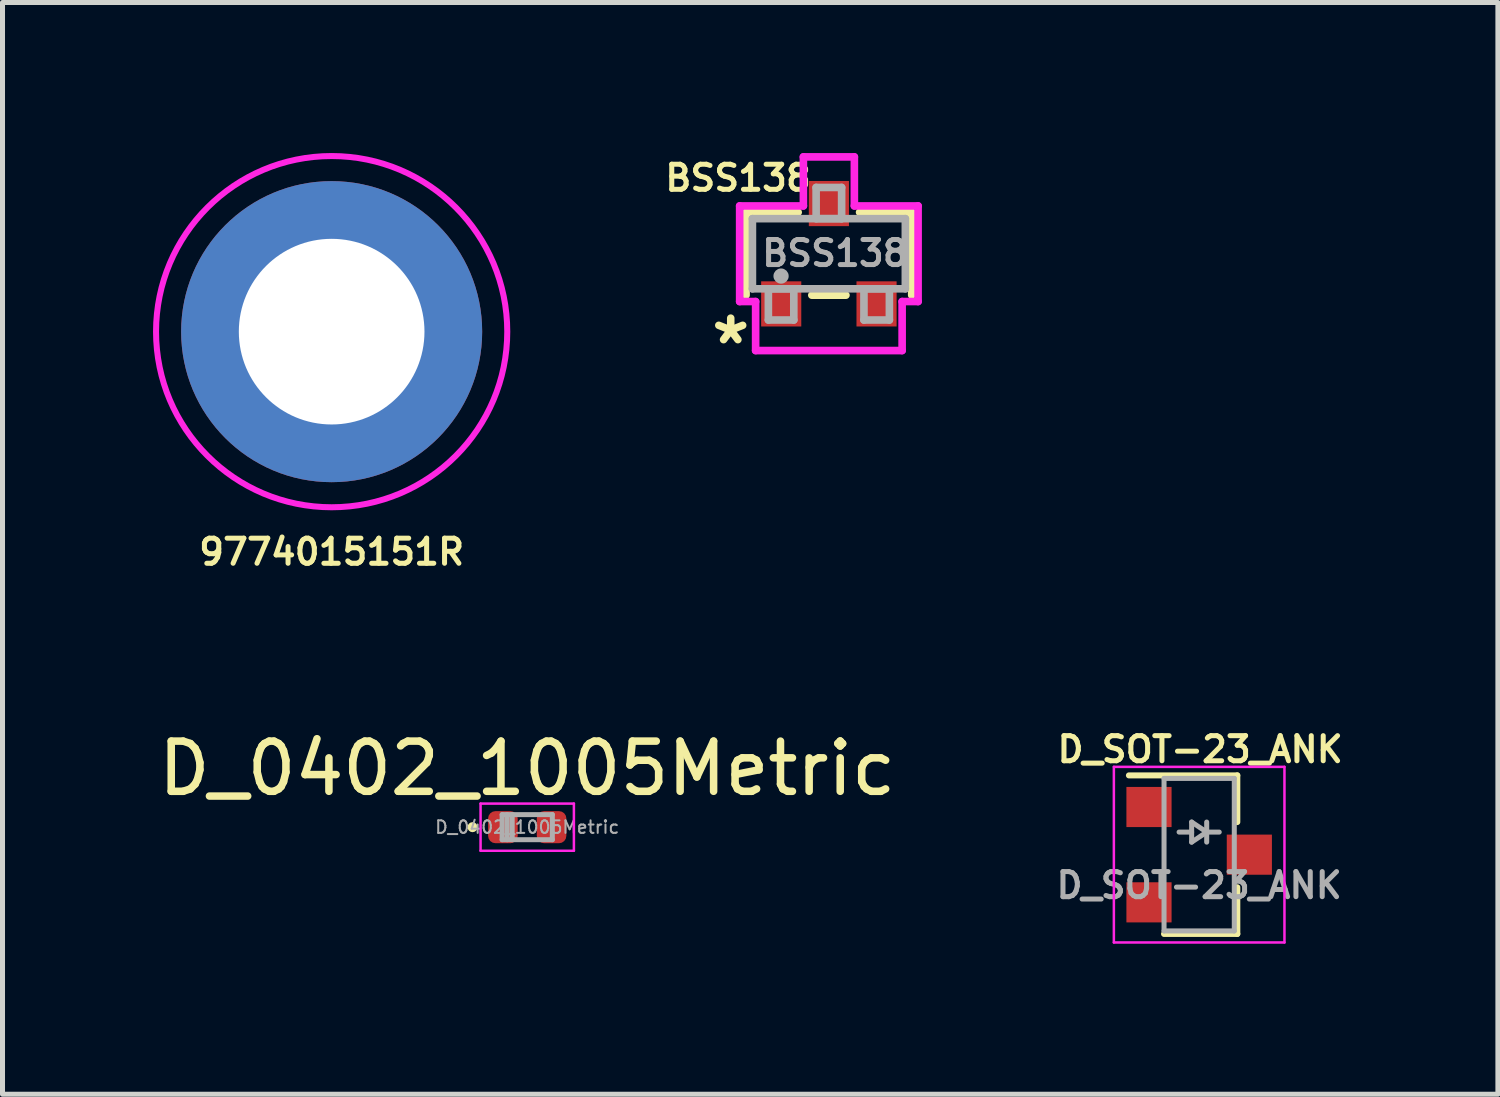
<source format=kicad_pcb>
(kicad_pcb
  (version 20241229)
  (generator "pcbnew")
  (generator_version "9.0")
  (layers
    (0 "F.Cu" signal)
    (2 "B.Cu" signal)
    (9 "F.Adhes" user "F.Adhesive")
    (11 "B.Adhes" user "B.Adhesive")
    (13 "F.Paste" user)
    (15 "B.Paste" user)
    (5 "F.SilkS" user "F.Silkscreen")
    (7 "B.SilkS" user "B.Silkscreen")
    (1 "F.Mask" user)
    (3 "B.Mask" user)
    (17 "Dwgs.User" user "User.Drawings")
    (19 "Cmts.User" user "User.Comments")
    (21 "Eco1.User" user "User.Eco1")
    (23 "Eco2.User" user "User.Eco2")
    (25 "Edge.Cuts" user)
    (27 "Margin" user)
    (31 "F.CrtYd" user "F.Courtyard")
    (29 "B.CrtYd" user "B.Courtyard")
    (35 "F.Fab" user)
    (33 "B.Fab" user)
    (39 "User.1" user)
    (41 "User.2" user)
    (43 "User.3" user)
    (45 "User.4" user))
  (footprint "D_SOT-23_ANK"
    (layer "F.Cu")
    (at 20.85 13.984)
    (property "Reference" "D_SOT-23_ANK" (at 0.02 -2.098 180) (layer "F.SilkS") (effects (font (size 0.5 0.5) (thickness 0.1))))
    (attr smd)
    (fp_line (start 0.76 -1.58) (end -1.4 -1.58) (stroke (width 0.12) (type solid)) (layer "F.SilkS"))
    (fp_line (start 0.76 -1.58) (end 0.76 -0.65) (stroke (width 0.12) (type solid)) (layer "F.SilkS"))
    (fp_line (start 0.76 1.58) (end -0.7 1.58) (stroke (width 0.12) (type solid)) (layer "F.SilkS"))
    (fp_line (start 0.76 1.58) (end 0.76 0.65) (stroke (width 0.12) (type solid)) (layer "F.SilkS"))
    (fp_line (start -1.7 -1.75) (end 1.7 -1.75) (stroke (width 0.05) (type solid)) (layer "F.CrtYd"))
    (fp_line (start -1.7 1.75) (end -1.7 -1.75) (stroke (width 0.05) (type solid)) (layer "F.CrtYd"))
    (fp_line (start 1.7 -1.75) (end 1.7 1.75) (stroke (width 0.05) (type solid)) (layer "F.CrtYd"))
    (fp_line (start 1.7 1.75) (end -1.7 1.75) (stroke (width 0.05) (type solid)) (layer "F.CrtYd"))
    (fp_line (start -0.7 -1.52) (end -0.7 1.52) (stroke (width 0.1) (type solid)) (layer "F.Fab"))
    (fp_line (start -0.7 -1.52) (end 0.7 -1.52) (stroke (width 0.1) (type solid)) (layer "F.Fab"))
    (fp_line (start -0.7 1.52) (end 0.7 1.52) (stroke (width 0.1) (type solid)) (layer "F.Fab"))
    (fp_line (start -0.15 -0.65) (end -0.15 -0.25) (stroke (width 0.1) (type solid)) (layer "F.Fab"))
    (fp_line (start -0.15 -0.45) (end -0.4 -0.45) (stroke (width 0.1) (type solid)) (layer "F.Fab"))
    (fp_line (start -0.15 -0.25) (end 0.15 -0.45) (stroke (width 0.1) (type solid)) (layer "F.Fab"))
    (fp_line (start 0.15 -0.65) (end 0.15 -0.25) (stroke (width 0.1) (type solid)) (layer "F.Fab"))
    (fp_line (start 0.15 -0.45) (end -0.15 -0.65) (stroke (width 0.1) (type solid)) (layer "F.Fab"))
    (fp_line (start 0.15 -0.45) (end 0.4 -0.45) (stroke (width 0.1) (type solid)) (layer "F.Fab"))
    (fp_line (start 0.7 -1.52) (end 0.7 1.52) (stroke (width 0.1) (type solid)) (layer "F.Fab"))
    (fp_text user "${REFERENCE}" (at 0 0.611 180) (layer "F.Fab") (effects (font (size 0.5 0.5) (thickness 0.1))))
    (pad "" smd rect (at -1 0.95) (size 0.9 0.8) (layers "F.Cu" "F.Mask" "F.Paste"))
    (pad "1" smd rect (at 1 0) (size 0.9 0.8) (layers "F.Cu" "F.Mask" "F.Paste"))
    (pad "2" smd rect (at -1 -0.95) (size 0.9 0.8) (layers "F.Cu" "F.Mask" "F.Paste")))
  (footprint "BSS138"
    (layer "F.Cu")
    (at 13.47 2.007)
    (property "Reference" "BSS138" (at -1.81 -1.51 0) (layer "F.SilkS") (effects (font (size 0.5 0.5) (thickness 0.1))))
    (attr smd)
    (fp_line (start -1.651 -0.826) (end -1.651 0.826) (stroke (width 0.152) (type solid)) (layer "F.SilkS"))
    (fp_line (start -0.612 -0.826) (end -1.651 -0.826) (stroke (width 0.152) (type solid)) (layer "F.SilkS"))
    (fp_line (start -0.34 0.826) (end 0.34 0.826) (stroke (width 0.152) (type solid)) (layer "F.SilkS"))
    (fp_line (start 1.651 -0.826) (end 0.612 -0.826) (stroke (width 0.152) (type solid)) (layer "F.SilkS"))
    (fp_line (start 1.651 0.826) (end 1.651 -0.826) (stroke (width 0.152) (type solid)) (layer "F.SilkS"))
    (fp_line (start -1.778 -0.953) (end -0.508 -0.953) (stroke (width 0.152) (type solid)) (layer "F.CrtYd"))
    (fp_line (start -1.778 0.953) (end -1.778 -0.953) (stroke (width 0.152) (type solid)) (layer "F.CrtYd"))
    (fp_line (start -1.46 0.953) (end -1.778 0.953) (stroke (width 0.152) (type solid)) (layer "F.CrtYd"))
    (fp_line (start -1.46 1.93) (end -1.46 0.953) (stroke (width 0.152) (type solid)) (layer "F.CrtYd"))
    (fp_line (start -0.508 -1.93) (end 0.508 -1.93) (stroke (width 0.152) (type solid)) (layer "F.CrtYd"))
    (fp_line (start -0.508 -0.953) (end -0.508 -1.93) (stroke (width 0.152) (type solid)) (layer "F.CrtYd"))
    (fp_line (start 0.508 -1.93) (end 0.508 -0.953) (stroke (width 0.152) (type solid)) (layer "F.CrtYd"))
    (fp_line (start 0.508 -0.953) (end 1.778 -0.953) (stroke (width 0.152) (type solid)) (layer "F.CrtYd"))
    (fp_line (start 1.46 0.953) (end 1.46 1.93) (stroke (width 0.152) (type solid)) (layer "F.CrtYd"))
    (fp_line (start 1.46 1.93) (end -1.46 1.93) (stroke (width 0.152) (type solid)) (layer "F.CrtYd"))
    (fp_line (start 1.778 -0.953) (end 1.778 0.953) (stroke (width 0.152) (type solid)) (layer "F.CrtYd"))
    (fp_line (start 1.778 0.953) (end 1.46 0.953) (stroke (width 0.152) (type solid)) (layer "F.CrtYd"))
    (fp_line (start -1.524 -0.699) (end -1.524 0.699) (stroke (width 0.152) (type solid)) (layer "F.Fab"))
    (fp_line (start -1.524 0.699) (end 1.524 0.699) (stroke (width 0.152) (type solid)) (layer "F.Fab"))
    (fp_line (start -1.206 0.699) (end -1.206 1.321) (stroke (width 0.152) (type solid)) (layer "F.Fab"))
    (fp_line (start -1.206 1.321) (end -0.699 1.321) (stroke (width 0.152) (type solid)) (layer "F.Fab"))
    (fp_line (start -0.699 0.699) (end -1.206 0.699) (stroke (width 0.152) (type solid)) (layer "F.Fab"))
    (fp_line (start -0.699 1.321) (end -0.699 0.699) (stroke (width 0.152) (type solid)) (layer "F.Fab"))
    (fp_line (start -0.254 -1.321) (end -0.254 -0.699) (stroke (width 0.152) (type solid)) (layer "F.Fab"))
    (fp_line (start -0.254 -0.699) (end 0.254 -0.699) (stroke (width 0.152) (type solid)) (layer "F.Fab"))
    (fp_line (start 0.254 -1.321) (end -0.254 -1.321) (stroke (width 0.152) (type solid)) (layer "F.Fab"))
    (fp_line (start 0.254 -0.699) (end 0.254 -1.321) (stroke (width 0.152) (type solid)) (layer "F.Fab"))
    (fp_line (start 0.699 0.699) (end 0.699 1.321) (stroke (width 0.152) (type solid)) (layer "F.Fab"))
    (fp_line (start 0.699 1.321) (end 1.206 1.321) (stroke (width 0.152) (type solid)) (layer "F.Fab"))
    (fp_line (start 1.206 0.699) (end 0.699 0.699) (stroke (width 0.152) (type solid)) (layer "F.Fab"))
    (fp_line (start 1.206 1.321) (end 1.206 0.699) (stroke (width 0.152) (type solid)) (layer "F.Fab"))
    (fp_line (start 1.524 -0.699) (end -1.524 -0.699) (stroke (width 0.152) (type solid)) (layer "F.Fab"))
    (fp_line (start 1.524 0.699) (end 1.524 -0.699) (stroke (width 0.152) (type solid)) (layer "F.Fab"))
    (fp_circle (center -0.953 0.445) (end -0.953 0.445) (stroke (width 0.152) (type solid)) (fill no) (layer "F.Fab"))
    (fp_text user "*" (at -1.956 1.829 0) (layer "F.SilkS") (effects (font (size 1 1) (thickness 0.15))))
    (fp_text user "${REFERENCE}" (at 0.12 -0.01 0) (layer "F.Fab") (effects (font (size 0.5 0.5) (thickness 0.1))))
    (pad "1" smd rect (at -0.95 1) (size 0.8 0.9) (layers "F.Cu" "F.Mask" "F.Paste"))
    (pad "2" smd rect (at 0.95 1) (size 0.8 0.9) (layers "F.Cu" "F.Mask" "F.Paste"))
    (pad "3" smd rect (at 0 -1) (size 0.8 0.9) (layers "F.Cu" "F.Mask" "F.Paste")))
  (footprint "9774015151R"
    (layer "F.Cu")
    (at 3.56 3.56)
    (property "Reference" "9774015151R" (at 0 4.39 0) (layer "F.SilkS") (effects (font (size 0.5 0.5) (thickness 0.1) (bold yes))))
    (attr through_hole)
    (fp_circle (center 0 0) (end 3.5 0) (stroke (width 0.12) (type default)) (fill no) (layer "F.CrtYd"))
    (pad "1" thru_hole circle (at 0 0) (size 6 6) (drill 3.7) (layers "*.Cu" "*.Mask")))
  (footprint "D_0402_1005Metric"
    (layer "F.Cu")
    (at 7.458 13.436)
    (property "Reference" "D_0402_1005Metric" (at 0 -1.17 0) (layer "F.SilkS") (effects (font (size 1 1) (thickness 0.15))))
    (attr smd)
    (fp_circle (center -1.09 0) (end -1.04 0) (stroke (width 0.1) (type solid)) (fill no) (layer "F.SilkS"))
    (fp_line (start -0.93 -0.47) (end 0.93 -0.47) (stroke (width 0.05) (type solid)) (layer "F.CrtYd"))
    (fp_line (start -0.93 0.47) (end -0.93 -0.47) (stroke (width 0.05) (type solid)) (layer "F.CrtYd"))
    (fp_line (start 0.93 -0.47) (end 0.93 0.47) (stroke (width 0.05) (type solid)) (layer "F.CrtYd"))
    (fp_line (start 0.93 0.47) (end -0.93 0.47) (stroke (width 0.05) (type solid)) (layer "F.CrtYd"))
    (fp_line (start -0.5 -0.25) (end 0.5 -0.25) (stroke (width 0.1) (type solid)) (layer "F.Fab"))
    (fp_line (start -0.5 0.25) (end -0.5 -0.25) (stroke (width 0.1) (type solid)) (layer "F.Fab"))
    (fp_line (start -0.4 0.25) (end -0.4 -0.25) (stroke (width 0.1) (type solid)) (layer "F.Fab"))
    (fp_line (start -0.3 0.25) (end -0.3 -0.25) (stroke (width 0.1) (type solid)) (layer "F.Fab"))
    (fp_line (start 0.5 -0.25) (end 0.5 0.25) (stroke (width 0.1) (type solid)) (layer "F.Fab"))
    (fp_line (start 0.5 0.25) (end -0.5 0.25) (stroke (width 0.1) (type solid)) (layer "F.Fab"))
    (fp_text user "${REFERENCE}" (at 0 0 0) (layer "F.Fab") (effects (font (size 0.25 0.25) (thickness 0.04))))
    (pad "1" smd roundrect (at -0.485 0) (size 0.59 0.64) (layers "F.Cu" "F.Mask" "F.Paste") (roundrect_rratio 0.25))
    (pad "2" smd roundrect (at 0.485 0) (size 0.59 0.64) (layers "F.Cu" "F.Mask" "F.Paste") (roundrect_rratio 0.25)))
  (gr_rect
    (start -3 -3)
    (end 26.804 18.759)
    (stroke (width 0.1) (type default))
    (fill no)
    (layer "Edge.Cuts")))
</source>
